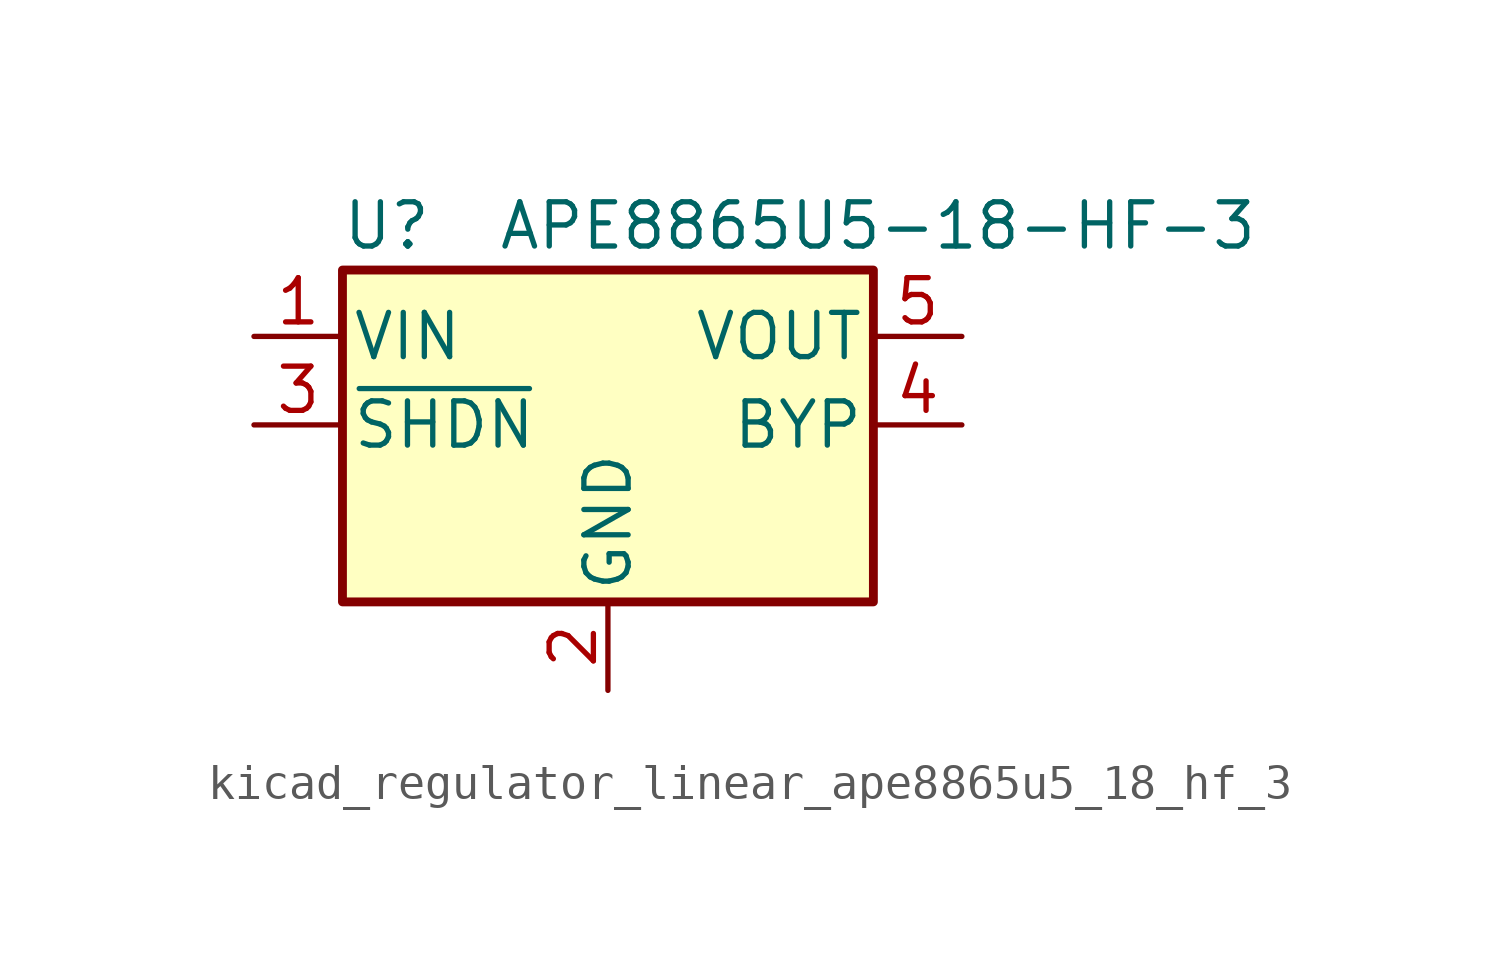
<source format=kicad_sym>
(kicad_symbol_lib
  (version 20220914)
  (generator kicad_symbol_editor)
  (symbol "kicad_regulator_linear_ape8865u5_18_hf_3"
    (pin_names
      (offset 0.254))
    (property "Reference" "U"
      (at -6.35 5.715 0)
      (effects (font (size 1.27 1.27))))
    (property "Value" "APE8865U5-18-HF-3"
      (at -3.175 5.715 0)
      (effects (font (size 1.27 1.27)) (justify left)))
    (symbol "kicad_regulator_linear_ape8865u5_18_hf_3_0_1"
      (rectangle (start -7.62 4.445) (end 7.62 -5.08) (stroke (width 0.254) (type default)) (fill (type background))))
    (symbol "kicad_regulator_linear_ape8865u5_18_hf_3_1_1"
      (pin power_in line (at -10.16 2.54 0) (length 2.54) (name "VIN" (effects (font (size 1.27 1.27)))) (number "1" (effects (font (size 1.27 1.27)))))
      (pin power_in line (at 0 -7.62 90) (length 2.54) (name "GND" (effects (font (size 1.27 1.27)))) (number "2" (effects (font (size 1.27 1.27)))))
      (pin input line (at -10.16 0 0) (length 2.54) (name "~{SHDN}" (effects (font (size 1.27 1.27)))) (number "3" (effects (font (size 1.27 1.27)))))
      (pin input line (at 10.16 0 180) (length 2.54) (name "BYP" (effects (font (size 1.27 1.27)))) (number "4" (effects (font (size 1.27 1.27)))))
      (pin power_out line (at 10.16 2.54 180) (length 2.54) (name "VOUT" (effects (font (size 1.27 1.27)))) (number "5" (effects (font (size 1.27 1.27))))))))
</source>
